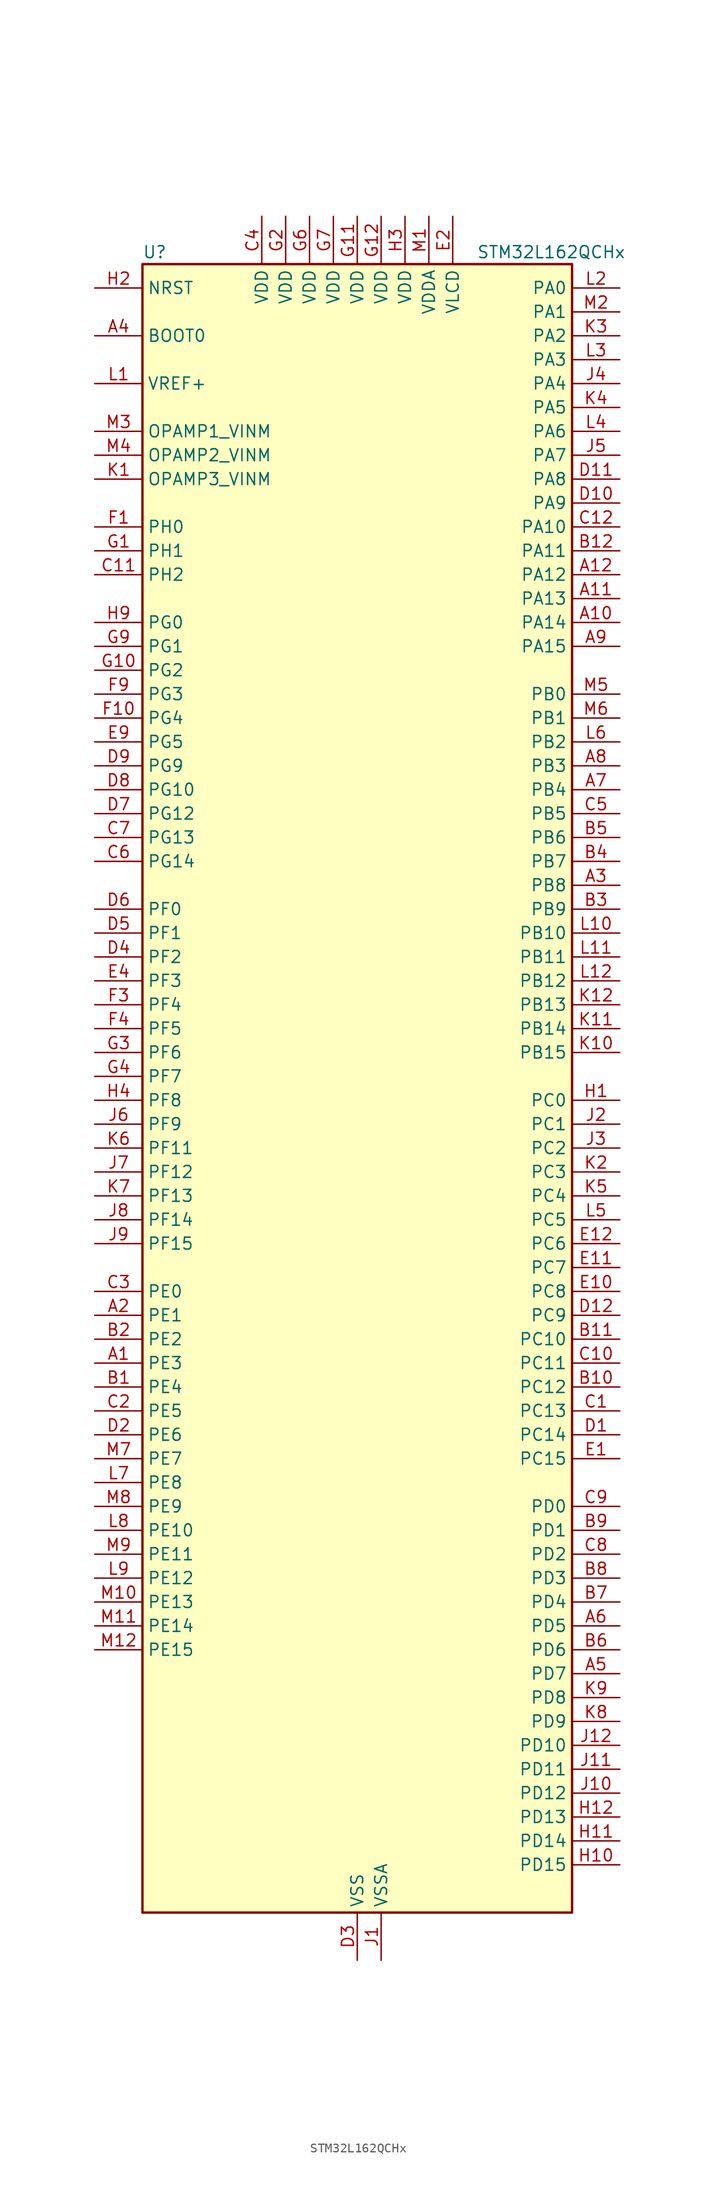
<source format=kicad_sym>
(kicad_symbol_lib
  (version 20231120)
  (generator "kicad-library-utils")
  (generator_version "8.0")
  (symbol "STM32L162QCHx"
    (property "Reference" "U"
      (at -22.86 90.17 0)
      (effects (font (size 1.27 1.27)) (justify left)))
    (property "Value" "STM32L162QCHx"
      (at 12.7 90.17 0)
      (effects (font (size 1.27 1.27)) (justify left)))
    (symbol "STM32L162QCHx_0_1"
      (rectangle (start -22.86 -86.36) (end 22.86 88.9) (stroke (width 0.254) (type default)) (fill (type background))))
    (symbol "STM32L162QCHx_1_1"
      (pin bidirectional line (at -27.94 -27.94 0) (length 5.08) (name "PE3" (effects (font (size 1.27 1.27)))) (number "A1" (effects (font (size 1.27 1.27)))) (alternate "LCD_SEG39" bidirectional line) (alternate "SYS_TRACED0" bidirectional line) (alternate "TIM3_CH1" bidirectional line) (alternate "TIMX_IC4" bidirectional line))
      (pin bidirectional line (at 27.94 50.8 180) (length 5.08) (name "PA14" (effects (font (size 1.27 1.27)))) (number "A10" (effects (font (size 1.27 1.27)))) (alternate "SYS_JTCK-SWCLK" bidirectional line) (alternate "TIMX_IC3" bidirectional line) (alternate "TS_G5_IO2" bidirectional line))
      (pin bidirectional line (at 27.94 53.34 180) (length 5.08) (name "PA13" (effects (font (size 1.27 1.27)))) (number "A11" (effects (font (size 1.27 1.27)))) (alternate "SYS_JTMS-SWDIO" bidirectional line) (alternate "TIMX_IC2" bidirectional line) (alternate "TS_G5_IO1" bidirectional line))
      (pin bidirectional line (at 27.94 55.88 180) (length 5.08) (name "PA12" (effects (font (size 1.27 1.27)))) (number "A12" (effects (font (size 1.27 1.27)))) (alternate "SPI1_MOSI" bidirectional line) (alternate "TIMX_IC1" bidirectional line) (alternate "USART1_RTS" bidirectional line) (alternate "USB_DP" bidirectional line))
      (pin bidirectional line (at -27.94 -22.86 0) (length 5.08) (name "PE1" (effects (font (size 1.27 1.27)))) (number "A2" (effects (font (size 1.27 1.27)))) (alternate "LCD_SEG37" bidirectional line) (alternate "TIM11_CH1" bidirectional line) (alternate "TIMX_IC2" bidirectional line))
      (pin bidirectional line (at 27.94 22.86 180) (length 5.08) (name "PB8" (effects (font (size 1.27 1.27)))) (number "A3" (effects (font (size 1.27 1.27)))) (alternate "I2C1_SCL" bidirectional line) (alternate "LCD_SEG16" bidirectional line) (alternate "TIM10_CH1" bidirectional line) (alternate "TIM4_CH3" bidirectional line))
      (pin input line (at -27.94 81.28 0) (length 5.08) (name "BOOT0" (effects (font (size 1.27 1.27)))) (number "A4" (effects (font (size 1.27 1.27)))))
      (pin bidirectional line (at 27.94 -60.96 180) (length 5.08) (name "PD7" (effects (font (size 1.27 1.27)))) (number "A5" (effects (font (size 1.27 1.27)))) (alternate "TIM9_CH2" bidirectional line) (alternate "TIMX_IC4" bidirectional line) (alternate "USART2_CK" bidirectional line))
      (pin bidirectional line (at 27.94 -55.88 180) (length 5.08) (name "PD5" (effects (font (size 1.27 1.27)))) (number "A6" (effects (font (size 1.27 1.27)))) (alternate "TIMX_IC2" bidirectional line) (alternate "USART2_TX" bidirectional line))
      (pin bidirectional line (at 27.94 33.02 180) (length 5.08) (name "PB4" (effects (font (size 1.27 1.27)))) (number "A7" (effects (font (size 1.27 1.27)))) (alternate "COMP2_INP" bidirectional line) (alternate "LCD_SEG8" bidirectional line) (alternate "SPI1_MISO" bidirectional line) (alternate "SPI3_MISO" bidirectional line) (alternate "SYS_JTRST" bidirectional line) (alternate "TIM3_CH1" bidirectional line) (alternate "TS_G6_IO1" bidirectional line))
      (pin bidirectional line (at 27.94 35.56 180) (length 5.08) (name "PB3" (effects (font (size 1.27 1.27)))) (number "A8" (effects (font (size 1.27 1.27)))) (alternate "COMP2_INM" bidirectional line) (alternate "I2S3_CK" bidirectional line) (alternate "LCD_SEG7" bidirectional line) (alternate "SPI1_SCK" bidirectional line) (alternate "SPI3_SCK" bidirectional line) (alternate "SYS_JTDO-TRACESWO" bidirectional line) (alternate "TIM2_CH2" bidirectional line))
      (pin bidirectional line (at 27.94 48.26 180) (length 5.08) (name "PA15" (effects (font (size 1.27 1.27)))) (number "A9" (effects (font (size 1.27 1.27)))) (alternate "ADC_EXTI15" bidirectional line) (alternate "I2S3_WS" bidirectional line) (alternate "LCD_SEG17" bidirectional line) (alternate "SPI1_NSS" bidirectional line) (alternate "SPI3_NSS" bidirectional line) (alternate "SYS_JTDI" bidirectional line) (alternate "TIM2_CH1" bidirectional line) (alternate "TIM2_ETR" bidirectional line) (alternate "TIMX_IC4" bidirectional line) (alternate "TS_G5_IO3" bidirectional line))
      (pin bidirectional line (at -27.94 -30.48 0) (length 5.08) (name "PE4" (effects (font (size 1.27 1.27)))) (number "B1" (effects (font (size 1.27 1.27)))) (alternate "SYS_TRACED1" bidirectional line) (alternate "TIM3_CH2" bidirectional line) (alternate "TIMX_IC1" bidirectional line))
      (pin bidirectional line (at 27.94 -30.48 180) (length 5.08) (name "PC12" (effects (font (size 1.27 1.27)))) (number "B10" (effects (font (size 1.27 1.27)))) (alternate "I2S3_SD" bidirectional line) (alternate "LCD_COM6" bidirectional line) (alternate "LCD_SEG30" bidirectional line) (alternate "LCD_SEG42" bidirectional line) (alternate "SPI3_MOSI" bidirectional line) (alternate "TIMX_IC1" bidirectional line) (alternate "USART3_CK" bidirectional line))
      (pin bidirectional line (at 27.94 -25.4 180) (length 5.08) (name "PC10" (effects (font (size 1.27 1.27)))) (number "B11" (effects (font (size 1.27 1.27)))) (alternate "I2S3_CK" bidirectional line) (alternate "LCD_COM4" bidirectional line) (alternate "LCD_SEG28" bidirectional line) (alternate "LCD_SEG40" bidirectional line) (alternate "SPI3_SCK" bidirectional line) (alternate "TIMX_IC3" bidirectional line) (alternate "USART3_TX" bidirectional line))
      (pin bidirectional line (at 27.94 58.42 180) (length 5.08) (name "PA11" (effects (font (size 1.27 1.27)))) (number "B12" (effects (font (size 1.27 1.27)))) (alternate "ADC_EXTI11" bidirectional line) (alternate "SPI1_MISO" bidirectional line) (alternate "TIMX_IC4" bidirectional line) (alternate "USART1_CTS" bidirectional line) (alternate "USB_DM" bidirectional line))
      (pin bidirectional line (at -27.94 -25.4 0) (length 5.08) (name "PE2" (effects (font (size 1.27 1.27)))) (number "B2" (effects (font (size 1.27 1.27)))) (alternate "LCD_SEG38" bidirectional line) (alternate "SYS_TRACECK" bidirectional line) (alternate "TIM3_ETR" bidirectional line) (alternate "TIMX_IC3" bidirectional line))
      (pin bidirectional line (at 27.94 20.32 180) (length 5.08) (name "PB9" (effects (font (size 1.27 1.27)))) (number "B3" (effects (font (size 1.27 1.27)))) (alternate "DAC_EXTI9" bidirectional line) (alternate "I2C1_SDA" bidirectional line) (alternate "LCD_COM3" bidirectional line) (alternate "TIM11_CH1" bidirectional line) (alternate "TIM4_CH4" bidirectional line))
      (pin bidirectional line (at 27.94 25.4 180) (length 5.08) (name "PB7" (effects (font (size 1.27 1.27)))) (number "B4" (effects (font (size 1.27 1.27)))) (alternate "COMP2_INP" bidirectional line) (alternate "I2C1_SDA" bidirectional line) (alternate "SYS_PVD_IN" bidirectional line) (alternate "TIM4_CH2" bidirectional line) (alternate "TS_G6_IO4" bidirectional line) (alternate "USART1_RX" bidirectional line))
      (pin bidirectional line (at 27.94 27.94 180) (length 5.08) (name "PB6" (effects (font (size 1.27 1.27)))) (number "B5" (effects (font (size 1.27 1.27)))) (alternate "COMP2_INP" bidirectional line) (alternate "I2C1_SCL" bidirectional line) (alternate "TIM4_CH1" bidirectional line) (alternate "TS_G6_IO3" bidirectional line) (alternate "USART1_TX" bidirectional line))
      (pin bidirectional line (at 27.94 -58.42 180) (length 5.08) (name "PD6" (effects (font (size 1.27 1.27)))) (number "B6" (effects (font (size 1.27 1.27)))) (alternate "TIMX_IC3" bidirectional line) (alternate "USART2_RX" bidirectional line))
      (pin bidirectional line (at 27.94 -53.34 180) (length 5.08) (name "PD4" (effects (font (size 1.27 1.27)))) (number "B7" (effects (font (size 1.27 1.27)))) (alternate "I2S2_SD" bidirectional line) (alternate "SPI2_MOSI" bidirectional line) (alternate "TIMX_IC1" bidirectional line) (alternate "USART2_RTS" bidirectional line))
      (pin bidirectional line (at 27.94 -50.8 180) (length 5.08) (name "PD3" (effects (font (size 1.27 1.27)))) (number "B8" (effects (font (size 1.27 1.27)))) (alternate "SPI2_MISO" bidirectional line) (alternate "TIMX_IC4" bidirectional line) (alternate "USART2_CTS" bidirectional line))
      (pin bidirectional line (at 27.94 -45.72 180) (length 5.08) (name "PD1" (effects (font (size 1.27 1.27)))) (number "B9" (effects (font (size 1.27 1.27)))) (alternate "I2S2_CK" bidirectional line) (alternate "SPI2_SCK" bidirectional line) (alternate "TIMX_IC2" bidirectional line))
      (pin bidirectional line (at 27.94 -33.02 180) (length 5.08) (name "PC13" (effects (font (size 1.27 1.27)))) (number "C1" (effects (font (size 1.27 1.27)))) (alternate "RTC_OUT_ALARM" bidirectional line) (alternate "RTC_OUT_CALIB" bidirectional line) (alternate "RTC_TAMP1" bidirectional line) (alternate "RTC_TS" bidirectional line) (alternate "SYS_WKUP2" bidirectional line) (alternate "TIMX_IC2" bidirectional line))
      (pin bidirectional line (at 27.94 -27.94 180) (length 5.08) (name "PC11" (effects (font (size 1.27 1.27)))) (number "C10" (effects (font (size 1.27 1.27)))) (alternate "ADC_EXTI11" bidirectional line) (alternate "LCD_COM5" bidirectional line) (alternate "LCD_SEG29" bidirectional line) (alternate "LCD_SEG41" bidirectional line) (alternate "SPI3_MISO" bidirectional line) (alternate "TIMX_IC4" bidirectional line) (alternate "USART3_RX" bidirectional line))
      (pin bidirectional line (at -27.94 55.88 0) (length 5.08) (name "PH2" (effects (font (size 1.27 1.27)))) (number "C11" (effects (font (size 1.27 1.27)))))
      (pin bidirectional line (at 27.94 60.96 180) (length 5.08) (name "PA10" (effects (font (size 1.27 1.27)))) (number "C12" (effects (font (size 1.27 1.27)))) (alternate "LCD_COM2" bidirectional line) (alternate "TIMX_IC3" bidirectional line) (alternate "TS_G4_IO3" bidirectional line) (alternate "USART1_RX" bidirectional line))
      (pin bidirectional line (at -27.94 -33.02 0) (length 5.08) (name "PE5" (effects (font (size 1.27 1.27)))) (number "C2" (effects (font (size 1.27 1.27)))) (alternate "SYS_TRACED2" bidirectional line) (alternate "TIM9_CH1" bidirectional line) (alternate "TIMX_IC2" bidirectional line))
      (pin bidirectional line (at -27.94 -20.32 0) (length 5.08) (name "PE0" (effects (font (size 1.27 1.27)))) (number "C3" (effects (font (size 1.27 1.27)))) (alternate "LCD_SEG36" bidirectional line) (alternate "TIM10_CH1" bidirectional line) (alternate "TIM4_ETR" bidirectional line) (alternate "TIMX_IC1" bidirectional line))
      (pin power_in line (at -10.16 93.98 270) (length 5.08) (name "VDD" (effects (font (size 1.27 1.27)))) (number "C4" (effects (font (size 1.27 1.27)))))
      (pin bidirectional line (at 27.94 30.48 180) (length 5.08) (name "PB5" (effects (font (size 1.27 1.27)))) (number "C5" (effects (font (size 1.27 1.27)))) (alternate "COMP2_INP" bidirectional line) (alternate "I2C1_SMBA" bidirectional line) (alternate "I2S3_SD" bidirectional line) (alternate "LCD_SEG9" bidirectional line) (alternate "SPI1_MOSI" bidirectional line) (alternate "SPI3_MOSI" bidirectional line) (alternate "TIM3_CH2" bidirectional line) (alternate "TS_G6_IO2" bidirectional line))
      (pin bidirectional line (at -27.94 25.4 0) (length 5.08) (name "PG14" (effects (font (size 1.27 1.27)))) (number "C6" (effects (font (size 1.27 1.27)))))
      (pin bidirectional line (at -27.94 27.94 0) (length 5.08) (name "PG13" (effects (font (size 1.27 1.27)))) (number "C7" (effects (font (size 1.27 1.27)))))
      (pin bidirectional line (at 27.94 -48.26 180) (length 5.08) (name "PD2" (effects (font (size 1.27 1.27)))) (number "C8" (effects (font (size 1.27 1.27)))) (alternate "LCD_COM7" bidirectional line) (alternate "LCD_SEG31" bidirectional line) (alternate "LCD_SEG43" bidirectional line) (alternate "TIM3_ETR" bidirectional line) (alternate "TIMX_IC3" bidirectional line))
      (pin bidirectional line (at 27.94 -43.18 180) (length 5.08) (name "PD0" (effects (font (size 1.27 1.27)))) (number "C9" (effects (font (size 1.27 1.27)))) (alternate "I2S2_WS" bidirectional line) (alternate "SPI2_NSS" bidirectional line) (alternate "TIM9_CH1" bidirectional line) (alternate "TIMX_IC1" bidirectional line))
      (pin bidirectional line (at 27.94 -35.56 180) (length 5.08) (name "PC14" (effects (font (size 1.27 1.27)))) (number "D1" (effects (font (size 1.27 1.27)))) (alternate "RCC_OSC32_IN" bidirectional line) (alternate "TIMX_IC3" bidirectional line))
      (pin bidirectional line (at 27.94 63.5 180) (length 5.08) (name "PA9" (effects (font (size 1.27 1.27)))) (number "D10" (effects (font (size 1.27 1.27)))) (alternate "DAC_EXTI9" bidirectional line) (alternate "LCD_COM1" bidirectional line) (alternate "TIMX_IC2" bidirectional line) (alternate "TS_G4_IO2" bidirectional line) (alternate "USART1_TX" bidirectional line))
      (pin bidirectional line (at 27.94 66.04 180) (length 5.08) (name "PA8" (effects (font (size 1.27 1.27)))) (number "D11" (effects (font (size 1.27 1.27)))) (alternate "LCD_COM0" bidirectional line) (alternate "RCC_MCO" bidirectional line) (alternate "TIMX_IC1" bidirectional line) (alternate "TS_G4_IO1" bidirectional line) (alternate "USART1_CK" bidirectional line))
      (pin bidirectional line (at 27.94 -22.86 180) (length 5.08) (name "PC9" (effects (font (size 1.27 1.27)))) (number "D12" (effects (font (size 1.27 1.27)))) (alternate "DAC_EXTI9" bidirectional line) (alternate "LCD_SEG27" bidirectional line) (alternate "TIM3_CH4" bidirectional line) (alternate "TIMX_IC2" bidirectional line) (alternate "TS_G10_IO4" bidirectional line))
      (pin bidirectional line (at -27.94 -35.56 0) (length 5.08) (name "PE6" (effects (font (size 1.27 1.27)))) (number "D2" (effects (font (size 1.27 1.27)))) (alternate "RTC_TAMP3" bidirectional line) (alternate "SYS_TRACED3" bidirectional line) (alternate "SYS_WKUP3" bidirectional line) (alternate "TIM9_CH2" bidirectional line) (alternate "TIMX_IC3" bidirectional line))
      (pin power_in line (at 0 -91.44 90) (length 5.08) (name "VSS" (effects (font (size 1.27 1.27)))) (number "D3" (effects (font (size 1.27 1.27)))))
      (pin bidirectional line (at -27.94 15.24 0) (length 5.08) (name "PF2" (effects (font (size 1.27 1.27)))) (number "D4" (effects (font (size 1.27 1.27)))))
      (pin bidirectional line (at -27.94 17.78 0) (length 5.08) (name "PF1" (effects (font (size 1.27 1.27)))) (number "D5" (effects (font (size 1.27 1.27)))))
      (pin bidirectional line (at -27.94 20.32 0) (length 5.08) (name "PF0" (effects (font (size 1.27 1.27)))) (number "D6" (effects (font (size 1.27 1.27)))))
      (pin bidirectional line (at -27.94 30.48 0) (length 5.08) (name "PG12" (effects (font (size 1.27 1.27)))) (number "D7" (effects (font (size 1.27 1.27)))))
      (pin bidirectional line (at -27.94 33.02 0) (length 5.08) (name "PG10" (effects (font (size 1.27 1.27)))) (number "D8" (effects (font (size 1.27 1.27)))))
      (pin bidirectional line (at -27.94 35.56 0) (length 5.08) (name "PG9" (effects (font (size 1.27 1.27)))) (number "D9" (effects (font (size 1.27 1.27)))) (alternate "DAC_EXTI9" bidirectional line))
      (pin bidirectional line (at 27.94 -38.1 180) (length 5.08) (name "PC15" (effects (font (size 1.27 1.27)))) (number "E1" (effects (font (size 1.27 1.27)))) (alternate "ADC_EXTI15" bidirectional line) (alternate "RCC_OSC32_OUT" bidirectional line) (alternate "TIMX_IC4" bidirectional line))
      (pin bidirectional line (at 27.94 -20.32 180) (length 5.08) (name "PC8" (effects (font (size 1.27 1.27)))) (number "E10" (effects (font (size 1.27 1.27)))) (alternate "LCD_SEG26" bidirectional line) (alternate "TIM3_CH3" bidirectional line) (alternate "TIMX_IC1" bidirectional line) (alternate "TS_G10_IO3" bidirectional line))
      (pin bidirectional line (at 27.94 -17.78 180) (length 5.08) (name "PC7" (effects (font (size 1.27 1.27)))) (number "E11" (effects (font (size 1.27 1.27)))) (alternate "I2S3_MCK" bidirectional line) (alternate "LCD_SEG25" bidirectional line) (alternate "TIM3_CH2" bidirectional line) (alternate "TIMX_IC4" bidirectional line) (alternate "TS_G10_IO2" bidirectional line))
      (pin bidirectional line (at 27.94 -15.24 180) (length 5.08) (name "PC6" (effects (font (size 1.27 1.27)))) (number "E12" (effects (font (size 1.27 1.27)))) (alternate "I2S2_MCK" bidirectional line) (alternate "LCD_SEG24" bidirectional line) (alternate "TIM3_CH1" bidirectional line) (alternate "TIMX_IC3" bidirectional line) (alternate "TS_G10_IO1" bidirectional line))
      (pin power_in line (at 10.16 93.98 270) (length 5.08) (name "VLCD" (effects (font (size 1.27 1.27)))) (number "E2" (effects (font (size 1.27 1.27)))))
      (pin passive line (at 0 -91.44 90) (length 5.08) hide (name "VSS" (effects (font (size 1.27 1.27)))) (number "E3" (effects (font (size 1.27 1.27)))))
      (pin bidirectional line (at -27.94 12.7 0) (length 5.08) (name "PF3" (effects (font (size 1.27 1.27)))) (number "E4" (effects (font (size 1.27 1.27)))))
      (pin bidirectional line (at -27.94 38.1 0) (length 5.08) (name "PG5" (effects (font (size 1.27 1.27)))) (number "E9" (effects (font (size 1.27 1.27)))))
      (pin bidirectional line (at -27.94 60.96 0) (length 5.08) (name "PH0" (effects (font (size 1.27 1.27)))) (number "F1" (effects (font (size 1.27 1.27)))) (alternate "RCC_OSC_IN" bidirectional line))
      (pin bidirectional line (at -27.94 40.64 0) (length 5.08) (name "PG4" (effects (font (size 1.27 1.27)))) (number "F10" (effects (font (size 1.27 1.27)))) (alternate "ADC_IN12b" bidirectional line) (alternate "TS_G7_IO7" bidirectional line))
      (pin passive line (at 0 -91.44 90) (length 5.08) hide (name "VSS" (effects (font (size 1.27 1.27)))) (number "F11" (effects (font (size 1.27 1.27)))))
      (pin passive line (at 0 -91.44 90) (length 5.08) hide (name "VSS" (effects (font (size 1.27 1.27)))) (number "F12" (effects (font (size 1.27 1.27)))))
      (pin passive line (at 0 -91.44 90) (length 5.08) hide (name "VSS" (effects (font (size 1.27 1.27)))) (number "F2" (effects (font (size 1.27 1.27)))))
      (pin bidirectional line (at -27.94 10.16 0) (length 5.08) (name "PF4" (effects (font (size 1.27 1.27)))) (number "F3" (effects (font (size 1.27 1.27)))))
      (pin bidirectional line (at -27.94 7.62 0) (length 5.08) (name "PF5" (effects (font (size 1.27 1.27)))) (number "F4" (effects (font (size 1.27 1.27)))))
      (pin passive line (at 0 -91.44 90) (length 5.08) hide (name "VSS" (effects (font (size 1.27 1.27)))) (number "F6" (effects (font (size 1.27 1.27)))))
      (pin passive line (at 0 -91.44 90) (length 5.08) hide (name "VSS" (effects (font (size 1.27 1.27)))) (number "F7" (effects (font (size 1.27 1.27)))))
      (pin bidirectional line (at -27.94 43.18 0) (length 5.08) (name "PG3" (effects (font (size 1.27 1.27)))) (number "F9" (effects (font (size 1.27 1.27)))) (alternate "ADC_IN11b" bidirectional line) (alternate "TS_G7_IO6" bidirectional line))
      (pin bidirectional line (at -27.94 58.42 0) (length 5.08) (name "PH1" (effects (font (size 1.27 1.27)))) (number "G1" (effects (font (size 1.27 1.27)))) (alternate "RCC_OSC_OUT" bidirectional line))
      (pin bidirectional line (at -27.94 45.72 0) (length 5.08) (name "PG2" (effects (font (size 1.27 1.27)))) (number "G10" (effects (font (size 1.27 1.27)))) (alternate "ADC_IN10b" bidirectional line) (alternate "TS_G7_IO5" bidirectional line))
      (pin power_in line (at 0 93.98 270) (length 5.08) (name "VDD" (effects (font (size 1.27 1.27)))) (number "G11" (effects (font (size 1.27 1.27)))))
      (pin power_in line (at 2.54 93.98 270) (length 5.08) (name "VDD" (effects (font (size 1.27 1.27)))) (number "G12" (effects (font (size 1.27 1.27)))))
      (pin power_in line (at -7.62 93.98 270) (length 5.08) (name "VDD" (effects (font (size 1.27 1.27)))) (number "G2" (effects (font (size 1.27 1.27)))))
      (pin bidirectional line (at -27.94 5.08 0) (length 5.08) (name "PF6" (effects (font (size 1.27 1.27)))) (number "G3" (effects (font (size 1.27 1.27)))) (alternate "ADC_IN27" bidirectional line) (alternate "TIM5_CH1" bidirectional line) (alternate "TIM5_ETR" bidirectional line) (alternate "TS_G11_IO1" bidirectional line))
      (pin bidirectional line (at -27.94 2.54 0) (length 5.08) (name "PF7" (effects (font (size 1.27 1.27)))) (number "G4" (effects (font (size 1.27 1.27)))) (alternate "ADC_IN28" bidirectional line) (alternate "COMP1_INP" bidirectional line) (alternate "TIM5_CH2" bidirectional line) (alternate "TS_G11_IO2" bidirectional line))
      (pin power_in line (at -5.08 93.98 270) (length 5.08) (name "VDD" (effects (font (size 1.27 1.27)))) (number "G6" (effects (font (size 1.27 1.27)))))
      (pin power_in line (at -2.54 93.98 270) (length 5.08) (name "VDD" (effects (font (size 1.27 1.27)))) (number "G7" (effects (font (size 1.27 1.27)))))
      (pin bidirectional line (at -27.94 48.26 0) (length 5.08) (name "PG1" (effects (font (size 1.27 1.27)))) (number "G9" (effects (font (size 1.27 1.27)))) (alternate "ADC_IN9b" bidirectional line) (alternate "TS_G2_IO5" bidirectional line))
      (pin bidirectional line (at 27.94 0 180) (length 5.08) (name "PC0" (effects (font (size 1.27 1.27)))) (number "H1" (effects (font (size 1.27 1.27)))) (alternate "ADC_IN10" bidirectional line) (alternate "COMP1_INP" bidirectional line) (alternate "LCD_SEG18" bidirectional line) (alternate "TIMX_IC1" bidirectional line) (alternate "TS_G8_IO1" bidirectional line))
      (pin bidirectional line (at 27.94 -81.28 180) (length 5.08) (name "PD15" (effects (font (size 1.27 1.27)))) (number "H10" (effects (font (size 1.27 1.27)))) (alternate "ADC_EXTI15" bidirectional line) (alternate "LCD_SEG35" bidirectional line) (alternate "TIM4_CH4" bidirectional line) (alternate "TIMX_IC4" bidirectional line))
      (pin bidirectional line (at 27.94 -78.74 180) (length 5.08) (name "PD14" (effects (font (size 1.27 1.27)))) (number "H11" (effects (font (size 1.27 1.27)))) (alternate "LCD_SEG34" bidirectional line) (alternate "TIM4_CH3" bidirectional line) (alternate "TIMX_IC3" bidirectional line))
      (pin bidirectional line (at 27.94 -76.2 180) (length 5.08) (name "PD13" (effects (font (size 1.27 1.27)))) (number "H12" (effects (font (size 1.27 1.27)))) (alternate "LCD_SEG33" bidirectional line) (alternate "TIM4_CH2" bidirectional line) (alternate "TIMX_IC2" bidirectional line))
      (pin input line (at -27.94 86.36 0) (length 5.08) (name "NRST" (effects (font (size 1.27 1.27)))) (number "H2" (effects (font (size 1.27 1.27)))))
      (pin power_in line (at 5.08 93.98 270) (length 5.08) (name "VDD" (effects (font (size 1.27 1.27)))) (number "H3" (effects (font (size 1.27 1.27)))))
      (pin bidirectional line (at -27.94 0 0) (length 5.08) (name "PF8" (effects (font (size 1.27 1.27)))) (number "H4" (effects (font (size 1.27 1.27)))) (alternate "ADC_IN29" bidirectional line) (alternate "COMP1_INP" bidirectional line) (alternate "TIM5_CH3" bidirectional line) (alternate "TS_G11_IO3" bidirectional line))
      (pin bidirectional line (at -27.94 50.8 0) (length 5.08) (name "PG0" (effects (font (size 1.27 1.27)))) (number "H9" (effects (font (size 1.27 1.27)))) (alternate "ADC_IN8b" bidirectional line) (alternate "TS_G2_IO4" bidirectional line))
      (pin power_in line (at 2.54 -91.44 90) (length 5.08) (name "VSSA" (effects (font (size 1.27 1.27)))) (number "J1" (effects (font (size 1.27 1.27)))))
      (pin bidirectional line (at 27.94 -73.66 180) (length 5.08) (name "PD12" (effects (font (size 1.27 1.27)))) (number "J10" (effects (font (size 1.27 1.27)))) (alternate "LCD_SEG32" bidirectional line) (alternate "TIM4_CH1" bidirectional line) (alternate "TIMX_IC1" bidirectional line) (alternate "USART3_RTS" bidirectional line))
      (pin bidirectional line (at 27.94 -71.12 180) (length 5.08) (name "PD11" (effects (font (size 1.27 1.27)))) (number "J11" (effects (font (size 1.27 1.27)))) (alternate "ADC_EXTI11" bidirectional line) (alternate "LCD_SEG31" bidirectional line) (alternate "TIMX_IC4" bidirectional line) (alternate "USART3_CTS" bidirectional line))
      (pin bidirectional line (at 27.94 -68.58 180) (length 5.08) (name "PD10" (effects (font (size 1.27 1.27)))) (number "J12" (effects (font (size 1.27 1.27)))) (alternate "LCD_SEG30" bidirectional line) (alternate "TIMX_IC3" bidirectional line) (alternate "USART3_CK" bidirectional line))
      (pin bidirectional line (at 27.94 -2.54 180) (length 5.08) (name "PC1" (effects (font (size 1.27 1.27)))) (number "J2" (effects (font (size 1.27 1.27)))) (alternate "ADC_IN11" bidirectional line) (alternate "COMP1_INP" bidirectional line) (alternate "LCD_SEG19" bidirectional line) (alternate "TIMX_IC2" bidirectional line) (alternate "TS_G8_IO2" bidirectional line))
      (pin bidirectional line (at 27.94 -5.08 180) (length 5.08) (name "PC2" (effects (font (size 1.27 1.27)))) (number "J3" (effects (font (size 1.27 1.27)))) (alternate "ADC_IN12" bidirectional line) (alternate "COMP1_INP" bidirectional line) (alternate "LCD_SEG20" bidirectional line) (alternate "TIMX_IC3" bidirectional line) (alternate "TS_G8_IO3" bidirectional line))
      (pin bidirectional line (at 27.94 76.2 180) (length 5.08) (name "PA4" (effects (font (size 1.27 1.27)))) (number "J4" (effects (font (size 1.27 1.27)))) (alternate "ADC_IN4" bidirectional line) (alternate "COMP1_INP" bidirectional line) (alternate "DAC_OUT1" bidirectional line) (alternate "I2S3_WS" bidirectional line) (alternate "SPI1_NSS" bidirectional line) (alternate "SPI3_NSS" bidirectional line) (alternate "TIMX_IC1" bidirectional line) (alternate "USART2_CK" bidirectional line))
      (pin bidirectional line (at 27.94 68.58 180) (length 5.08) (name "PA7" (effects (font (size 1.27 1.27)))) (number "J5" (effects (font (size 1.27 1.27)))) (alternate "ADC_IN7" bidirectional line) (alternate "COMP1_INP" bidirectional line) (alternate "LCD_SEG4" bidirectional line) (alternate "SPI1_MOSI" bidirectional line) (alternate "TIM11_CH1" bidirectional line) (alternate "TIM3_CH2" bidirectional line) (alternate "TIMX_IC4" bidirectional line) (alternate "TS_G2_IO2" bidirectional line))
      (pin bidirectional line (at -27.94 -2.54 0) (length 5.08) (name "PF9" (effects (font (size 1.27 1.27)))) (number "J6" (effects (font (size 1.27 1.27)))) (alternate "ADC_IN30" bidirectional line) (alternate "COMP1_INP" bidirectional line) (alternate "DAC_EXTI9" bidirectional line) (alternate "TIM5_CH4" bidirectional line) (alternate "TS_G11_IO4" bidirectional line))
      (pin bidirectional line (at -27.94 -7.62 0) (length 5.08) (name "PF12" (effects (font (size 1.27 1.27)))) (number "J7" (effects (font (size 1.27 1.27)))) (alternate "ADC_IN2b" bidirectional line) (alternate "TS_G3_IO5" bidirectional line))
      (pin bidirectional line (at -27.94 -12.7 0) (length 5.08) (name "PF14" (effects (font (size 1.27 1.27)))) (number "J8" (effects (font (size 1.27 1.27)))) (alternate "ADC_IN6b" bidirectional line) (alternate "TS_G9_IO4" bidirectional line))
      (pin bidirectional line (at -27.94 -15.24 0) (length 5.08) (name "PF15" (effects (font (size 1.27 1.27)))) (number "J9" (effects (font (size 1.27 1.27)))) (alternate "ADC_EXTI15" bidirectional line) (alternate "ADC_IN7b" bidirectional line) (alternate "TS_G2_IO3" bidirectional line))
      (pin input line (at -27.94 66.04 0) (length 5.08) (name "OPAMP3_VINM" (effects (font (size 1.27 1.27)))) (number "K1" (effects (font (size 1.27 1.27)))))
      (pin bidirectional line (at 27.94 5.08 180) (length 5.08) (name "PB15" (effects (font (size 1.27 1.27)))) (number "K10" (effects (font (size 1.27 1.27)))) (alternate "ADC_EXTI15" bidirectional line) (alternate "ADC_IN21" bidirectional line) (alternate "COMP1_INP" bidirectional line) (alternate "I2S2_SD" bidirectional line) (alternate "LCD_SEG15" bidirectional line) (alternate "RTC_REFIN" bidirectional line) (alternate "SPI2_MOSI" bidirectional line) (alternate "TIM11_CH1" bidirectional line) (alternate "TS_G7_IO4" bidirectional line))
      (pin bidirectional line (at 27.94 7.62 180) (length 5.08) (name "PB14" (effects (font (size 1.27 1.27)))) (number "K11" (effects (font (size 1.27 1.27)))) (alternate "ADC_IN20" bidirectional line) (alternate "COMP1_INP" bidirectional line) (alternate "LCD_SEG14" bidirectional line) (alternate "SPI2_MISO" bidirectional line) (alternate "TIM9_CH2" bidirectional line) (alternate "TS_G7_IO3" bidirectional line) (alternate "USART3_RTS" bidirectional line))
      (pin bidirectional line (at 27.94 10.16 180) (length 5.08) (name "PB13" (effects (font (size 1.27 1.27)))) (number "K12" (effects (font (size 1.27 1.27)))) (alternate "ADC_IN19" bidirectional line) (alternate "COMP1_INP" bidirectional line) (alternate "I2S2_CK" bidirectional line) (alternate "LCD_SEG13" bidirectional line) (alternate "SPI2_SCK" bidirectional line) (alternate "TIM9_CH1" bidirectional line) (alternate "TS_G7_IO2" bidirectional line) (alternate "USART3_CTS" bidirectional line))
      (pin bidirectional line (at 27.94 -7.62 180) (length 5.08) (name "PC3" (effects (font (size 1.27 1.27)))) (number "K2" (effects (font (size 1.27 1.27)))) (alternate "ADC_IN13" bidirectional line) (alternate "COMP1_INP" bidirectional line) (alternate "LCD_SEG21" bidirectional line) (alternate "TIMX_IC4" bidirectional line) (alternate "TS_G8_IO4" bidirectional line))
      (pin bidirectional line (at 27.94 81.28 180) (length 5.08) (name "PA2" (effects (font (size 1.27 1.27)))) (number "K3" (effects (font (size 1.27 1.27)))) (alternate "ADC_IN2" bidirectional line) (alternate "COMP1_INP" bidirectional line) (alternate "LCD_SEG1" bidirectional line) (alternate "TIM2_CH3" bidirectional line) (alternate "TIM5_CH3" bidirectional line) (alternate "TIM9_CH1" bidirectional line) (alternate "TIMX_IC3" bidirectional line) (alternate "TS_G1_IO3" bidirectional line) (alternate "USART2_TX" bidirectional line))
      (pin bidirectional line (at 27.94 73.66 180) (length 5.08) (name "PA5" (effects (font (size 1.27 1.27)))) (number "K4" (effects (font (size 1.27 1.27)))) (alternate "ADC_IN5" bidirectional line) (alternate "COMP1_INP" bidirectional line) (alternate "DAC_OUT2" bidirectional line) (alternate "SPI1_SCK" bidirectional line) (alternate "TIM2_CH1" bidirectional line) (alternate "TIM2_ETR" bidirectional line) (alternate "TIMX_IC2" bidirectional line))
      (pin bidirectional line (at 27.94 -10.16 180) (length 5.08) (name "PC4" (effects (font (size 1.27 1.27)))) (number "K5" (effects (font (size 1.27 1.27)))) (alternate "ADC_IN14" bidirectional line) (alternate "COMP1_INP" bidirectional line) (alternate "LCD_SEG22" bidirectional line) (alternate "TIMX_IC1" bidirectional line) (alternate "TS_G9_IO1" bidirectional line))
      (pin bidirectional line (at -27.94 -5.08 0) (length 5.08) (name "PF11" (effects (font (size 1.27 1.27)))) (number "K6" (effects (font (size 1.27 1.27)))) (alternate "ADC_EXTI11" bidirectional line) (alternate "ADC_IN1b" bidirectional line) (alternate "TS_G3_IO4" bidirectional line))
      (pin bidirectional line (at -27.94 -10.16 0) (length 5.08) (name "PF13" (effects (font (size 1.27 1.27)))) (number "K7" (effects (font (size 1.27 1.27)))) (alternate "ADC_IN3b" bidirectional line) (alternate "TS_G9_IO3" bidirectional line))
      (pin bidirectional line (at 27.94 -66.04 180) (length 5.08) (name "PD9" (effects (font (size 1.27 1.27)))) (number "K8" (effects (font (size 1.27 1.27)))) (alternate "DAC_EXTI9" bidirectional line) (alternate "LCD_SEG29" bidirectional line) (alternate "TIMX_IC2" bidirectional line) (alternate "USART3_RX" bidirectional line))
      (pin bidirectional line (at 27.94 -63.5 180) (length 5.08) (name "PD8" (effects (font (size 1.27 1.27)))) (number "K9" (effects (font (size 1.27 1.27)))) (alternate "LCD_SEG28" bidirectional line) (alternate "TIMX_IC1" bidirectional line) (alternate "USART3_TX" bidirectional line))
      (pin input line (at -27.94 76.2 0) (length 5.08) (name "VREF+" (effects (font (size 1.27 1.27)))) (number "L1" (effects (font (size 1.27 1.27)))))
      (pin bidirectional line (at 27.94 17.78 180) (length 5.08) (name "PB10" (effects (font (size 1.27 1.27)))) (number "L10" (effects (font (size 1.27 1.27)))) (alternate "I2C2_SCL" bidirectional line) (alternate "LCD_SEG10" bidirectional line) (alternate "TIM2_CH3" bidirectional line) (alternate "USART3_TX" bidirectional line))
      (pin bidirectional line (at 27.94 15.24 180) (length 5.08) (name "PB11" (effects (font (size 1.27 1.27)))) (number "L11" (effects (font (size 1.27 1.27)))) (alternate "ADC_EXTI11" bidirectional line) (alternate "I2C2_SDA" bidirectional line) (alternate "LCD_SEG11" bidirectional line) (alternate "TIM2_CH4" bidirectional line) (alternate "USART3_RX" bidirectional line))
      (pin bidirectional line (at 27.94 12.7 180) (length 5.08) (name "PB12" (effects (font (size 1.27 1.27)))) (number "L12" (effects (font (size 1.27 1.27)))) (alternate "ADC_IN18" bidirectional line) (alternate "COMP1_INP" bidirectional line) (alternate "I2C2_SMBA" bidirectional line) (alternate "I2S2_WS" bidirectional line) (alternate "LCD_SEG12" bidirectional line) (alternate "SPI2_NSS" bidirectional line) (alternate "TIM10_CH1" bidirectional line) (alternate "TS_G7_IO1" bidirectional line) (alternate "USART3_CK" bidirectional line))
      (pin bidirectional line (at 27.94 86.36 180) (length 5.08) (name "PA0" (effects (font (size 1.27 1.27)))) (number "L2" (effects (font (size 1.27 1.27)))) (alternate "ADC_IN0" bidirectional line) (alternate "COMP1_INP" bidirectional line) (alternate "RTC_TAMP2" bidirectional line) (alternate "SYS_WKUP1" bidirectional line) (alternate "TIM2_CH1" bidirectional line) (alternate "TIM2_ETR" bidirectional line) (alternate "TIM5_CH1" bidirectional line) (alternate "TIMX_IC1" bidirectional line) (alternate "TS_G1_IO1" bidirectional line) (alternate "USART2_CTS" bidirectional line))
      (pin bidirectional line (at 27.94 78.74 180) (length 5.08) (name "PA3" (effects (font (size 1.27 1.27)))) (number "L3" (effects (font (size 1.27 1.27)))) (alternate "ADC_IN3" bidirectional line) (alternate "COMP1_INP" bidirectional line) (alternate "LCD_SEG2" bidirectional line) (alternate "OPAMP1_VOUT" bidirectional line) (alternate "TIM2_CH4" bidirectional line) (alternate "TIM5_CH4" bidirectional line) (alternate "TIM9_CH2" bidirectional line) (alternate "TIMX_IC4" bidirectional line) (alternate "TS_G1_IO4" bidirectional line) (alternate "USART2_RX" bidirectional line))
      (pin bidirectional line (at 27.94 71.12 180) (length 5.08) (name "PA6" (effects (font (size 1.27 1.27)))) (number "L4" (effects (font (size 1.27 1.27)))) (alternate "ADC_IN6" bidirectional line) (alternate "COMP1_INP" bidirectional line) (alternate "LCD_SEG3" bidirectional line) (alternate "OPAMP2_VINP" bidirectional line) (alternate "SPI1_MISO" bidirectional line) (alternate "TIM10_CH1" bidirectional line) (alternate "TIM3_CH1" bidirectional line) (alternate "TIMX_IC3" bidirectional line) (alternate "TS_G2_IO1" bidirectional line))
      (pin bidirectional line (at 27.94 -12.7 180) (length 5.08) (name "PC5" (effects (font (size 1.27 1.27)))) (number "L5" (effects (font (size 1.27 1.27)))) (alternate "ADC_IN15" bidirectional line) (alternate "COMP1_INP" bidirectional line) (alternate "LCD_SEG23" bidirectional line) (alternate "TIMX_IC2" bidirectional line) (alternate "TS_G9_IO2" bidirectional line))
      (pin bidirectional line (at 27.94 38.1 180) (length 5.08) (name "PB2" (effects (font (size 1.27 1.27)))) (number "L6" (effects (font (size 1.27 1.27)))) (alternate "ADC_IN0b" bidirectional line) (alternate "TS_G3_IO3" bidirectional line))
      (pin bidirectional line (at -27.94 -40.64 0) (length 5.08) (name "PE8" (effects (font (size 1.27 1.27)))) (number "L7" (effects (font (size 1.27 1.27)))) (alternate "ADC_IN23" bidirectional line) (alternate "COMP1_INP" bidirectional line) (alternate "TIMX_IC1" bidirectional line))
      (pin bidirectional line (at -27.94 -45.72 0) (length 5.08) (name "PE10" (effects (font (size 1.27 1.27)))) (number "L8" (effects (font (size 1.27 1.27)))) (alternate "ADC_IN25" bidirectional line) (alternate "COMP1_INP" bidirectional line) (alternate "TIM2_CH2" bidirectional line) (alternate "TIMX_IC3" bidirectional line))
      (pin bidirectional line (at -27.94 -50.8 0) (length 5.08) (name "PE12" (effects (font (size 1.27 1.27)))) (number "L9" (effects (font (size 1.27 1.27)))) (alternate "SPI1_NSS" bidirectional line) (alternate "TIM2_CH4" bidirectional line) (alternate "TIMX_IC1" bidirectional line))
      (pin power_in line (at 7.62 93.98 270) (length 5.08) (name "VDDA" (effects (font (size 1.27 1.27)))) (number "M1" (effects (font (size 1.27 1.27)))))
      (pin bidirectional line (at -27.94 -53.34 0) (length 5.08) (name "PE13" (effects (font (size 1.27 1.27)))) (number "M10" (effects (font (size 1.27 1.27)))) (alternate "SPI1_SCK" bidirectional line) (alternate "TIMX_IC2" bidirectional line))
      (pin bidirectional line (at -27.94 -55.88 0) (length 5.08) (name "PE14" (effects (font (size 1.27 1.27)))) (number "M11" (effects (font (size 1.27 1.27)))) (alternate "SPI1_MISO" bidirectional line) (alternate "TIMX_IC3" bidirectional line))
      (pin bidirectional line (at -27.94 -58.42 0) (length 5.08) (name "PE15" (effects (font (size 1.27 1.27)))) (number "M12" (effects (font (size 1.27 1.27)))) (alternate "ADC_EXTI15" bidirectional line) (alternate "SPI1_MOSI" bidirectional line) (alternate "TIMX_IC4" bidirectional line))
      (pin bidirectional line (at 27.94 83.82 180) (length 5.08) (name "PA1" (effects (font (size 1.27 1.27)))) (number "M2" (effects (font (size 1.27 1.27)))) (alternate "ADC_IN1" bidirectional line) (alternate "COMP1_INP" bidirectional line) (alternate "LCD_SEG0" bidirectional line) (alternate "OPAMP1_VINP" bidirectional line) (alternate "TIM2_CH2" bidirectional line) (alternate "TIM5_CH2" bidirectional line) (alternate "TIMX_IC2" bidirectional line) (alternate "TS_G1_IO2" bidirectional line) (alternate "USART2_RTS" bidirectional line))
      (pin input line (at -27.94 71.12 0) (length 5.08) (name "OPAMP1_VINM" (effects (font (size 1.27 1.27)))) (number "M3" (effects (font (size 1.27 1.27)))) (alternate "OPAMP1_VINM" bidirectional line))
      (pin input line (at -27.94 68.58 0) (length 5.08) (name "OPAMP2_VINM" (effects (font (size 1.27 1.27)))) (number "M4" (effects (font (size 1.27 1.27)))) (alternate "OPAMP2_VINM" bidirectional line))
      (pin bidirectional line (at 27.94 43.18 180) (length 5.08) (name "PB0" (effects (font (size 1.27 1.27)))) (number "M5" (effects (font (size 1.27 1.27)))) (alternate "ADC_IN8" bidirectional line) (alternate "COMP1_INP" bidirectional line) (alternate "LCD_SEG5" bidirectional line) (alternate "OPAMP2_VOUT" bidirectional line) (alternate "SYS_V_REF_OUT" bidirectional line) (alternate "TIM3_CH3" bidirectional line) (alternate "TS_G3_IO1" bidirectional line))
      (pin bidirectional line (at 27.94 40.64 180) (length 5.08) (name "PB1" (effects (font (size 1.27 1.27)))) (number "M6" (effects (font (size 1.27 1.27)))) (alternate "ADC_IN9" bidirectional line) (alternate "COMP1_INP" bidirectional line) (alternate "LCD_SEG6" bidirectional line) (alternate "SYS_V_REF_OUT" bidirectional line) (alternate "TIM3_CH4" bidirectional line) (alternate "TS_G3_IO2" bidirectional line))
      (pin bidirectional line (at -27.94 -38.1 0) (length 5.08) (name "PE7" (effects (font (size 1.27 1.27)))) (number "M7" (effects (font (size 1.27 1.27)))) (alternate "ADC_IN22" bidirectional line) (alternate "COMP1_INP" bidirectional line) (alternate "TIMX_IC4" bidirectional line))
      (pin bidirectional line (at -27.94 -43.18 0) (length 5.08) (name "PE9" (effects (font (size 1.27 1.27)))) (number "M8" (effects (font (size 1.27 1.27)))) (alternate "ADC_IN24" bidirectional line) (alternate "COMP1_INP" bidirectional line) (alternate "DAC_EXTI9" bidirectional line) (alternate "TIM2_CH1" bidirectional line) (alternate "TIM2_ETR" bidirectional line) (alternate "TIMX_IC2" bidirectional line))
      (pin bidirectional line (at -27.94 -48.26 0) (length 5.08) (name "PE11" (effects (font (size 1.27 1.27)))) (number "M9" (effects (font (size 1.27 1.27)))) (alternate "ADC_EXTI11" bidirectional line) (alternate "TIM2_CH3" bidirectional line) (alternate "TIMX_IC4" bidirectional line)))))
</source>
